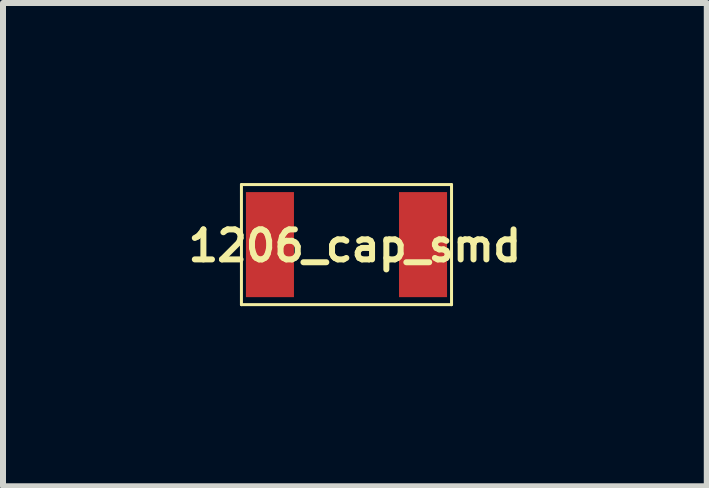
<source format=kicad_pcb>
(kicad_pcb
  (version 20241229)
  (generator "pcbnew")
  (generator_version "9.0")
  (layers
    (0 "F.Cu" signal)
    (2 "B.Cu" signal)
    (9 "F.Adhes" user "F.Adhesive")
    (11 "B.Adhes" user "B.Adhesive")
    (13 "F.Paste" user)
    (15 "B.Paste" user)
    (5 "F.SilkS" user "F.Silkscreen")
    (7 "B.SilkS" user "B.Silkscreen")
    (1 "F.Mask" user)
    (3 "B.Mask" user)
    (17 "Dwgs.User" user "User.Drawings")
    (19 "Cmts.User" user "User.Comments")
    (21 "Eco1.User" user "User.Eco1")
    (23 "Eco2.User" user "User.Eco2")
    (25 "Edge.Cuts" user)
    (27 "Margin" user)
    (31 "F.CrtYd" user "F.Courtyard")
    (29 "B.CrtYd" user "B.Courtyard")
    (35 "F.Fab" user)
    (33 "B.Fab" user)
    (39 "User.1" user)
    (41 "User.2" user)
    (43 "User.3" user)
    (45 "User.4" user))
  (footprint "1206_cap_smd"
    (layer "F.Cu")
    (at 2.722 1.025)
    (property "Reference" "1206_cap_smd" (at 0.14 0.02 0) (layer "F.SilkS") (effects (font (size 0.5 0.5) (thickness 0.1))))
    (attr through_hole)
    (fp_line (start -1.75 -1) (end 1.75 -1) (stroke (width 0.05) (type solid)) (layer "F.SilkS"))
    (fp_line (start -1.75 1) (end -1.75 -1) (stroke (width 0.05) (type solid)) (layer "F.SilkS"))
    (fp_line (start 1.75 -1) (end 1.75 1) (stroke (width 0.05) (type solid)) (layer "F.SilkS"))
    (fp_line (start 1.75 1) (end -1.75 1) (stroke (width 0.05) (type solid)) (layer "F.SilkS"))
    (pad "1" smd rect (at -1.275 0) (size 0.8 1.75) (layers "F.Cu" "F.Mask" "F.Paste"))
    (pad "2" smd rect (at 1.275 0) (size 0.8 1.75) (layers "F.Cu" "F.Mask" "F.Paste")))
  (gr_rect
    (start -3 -3)
    (end 8.724 5.05)
    (stroke (width 0.1) (type default))
    (fill no)
    (layer "Edge.Cuts")))
</source>
